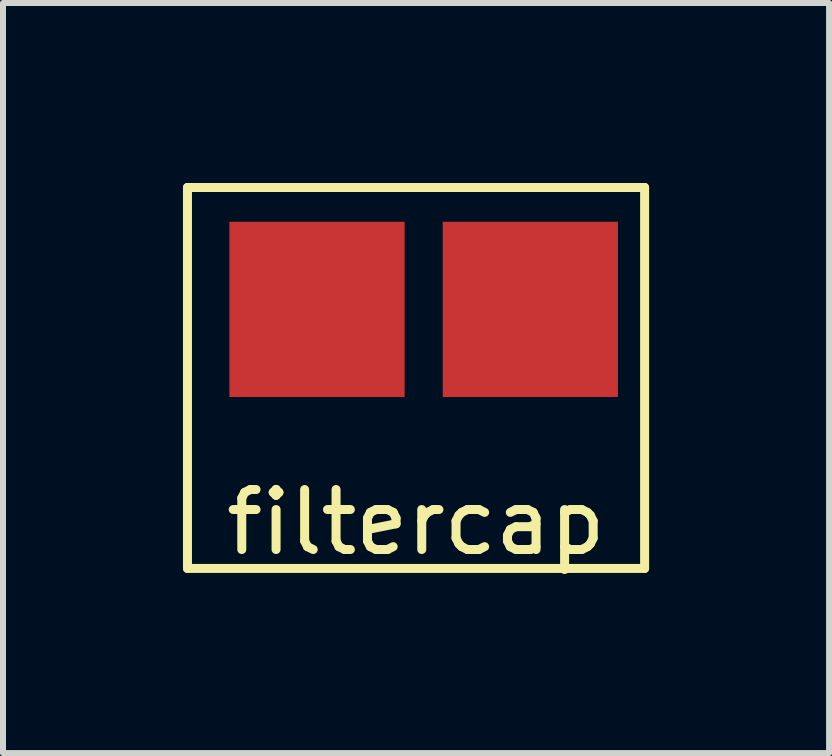
<source format=kicad_pcb>
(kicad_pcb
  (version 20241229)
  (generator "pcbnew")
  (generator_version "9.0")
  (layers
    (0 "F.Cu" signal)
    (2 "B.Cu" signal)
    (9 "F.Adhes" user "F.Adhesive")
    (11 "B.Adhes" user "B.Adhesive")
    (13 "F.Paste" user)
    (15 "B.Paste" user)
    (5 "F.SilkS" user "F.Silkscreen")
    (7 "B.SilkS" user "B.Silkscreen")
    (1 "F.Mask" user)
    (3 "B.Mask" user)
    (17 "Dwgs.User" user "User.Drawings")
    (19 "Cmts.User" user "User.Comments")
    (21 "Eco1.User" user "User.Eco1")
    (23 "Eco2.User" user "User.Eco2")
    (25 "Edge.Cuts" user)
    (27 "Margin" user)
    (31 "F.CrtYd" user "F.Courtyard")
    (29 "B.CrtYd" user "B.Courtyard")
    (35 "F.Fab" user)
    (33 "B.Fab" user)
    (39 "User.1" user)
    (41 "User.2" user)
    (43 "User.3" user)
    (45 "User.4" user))
  (footprint "filtercap"
    (layer "F.Cu")
    (at 3.885 5.155)
    (property "Reference" "filtercap" (at 0 0.5 0) (layer "F.SilkS") (effects (font (size 1 1) (thickness 0.15))))
    (attr through_hole)
    (fp_line (start -3.81 -5.08) (end -3.81 1.27) (stroke (width 0.15) (type solid)) (layer "F.SilkS"))
    (fp_line (start -3.81 1.27) (end 3.81 1.27) (stroke (width 0.15) (type solid)) (layer "F.SilkS"))
    (fp_line (start 3.81 -5.08) (end -3.81 -5.08) (stroke (width 0.15) (type solid)) (layer "F.SilkS"))
    (fp_line (start 3.81 1.27) (end 3.81 -5.08) (stroke (width 0.15) (type solid)) (layer "F.SilkS"))
    (pad "1" smd rect (at -1.651 -3.048) (size 2.921 2.921) (layers "F.Cu" "F.Mask" "F.Paste"))
    (pad "2" smd rect (at 1.905 -3.048) (size 2.921 2.921) (layers "F.Cu" "F.Mask" "F.Paste")))
  (gr_rect
    (start -3 -3)
    (end 10.77 9.503)
    (stroke (width 0.1) (type default))
    (fill no)
    (layer "Edge.Cuts")))
</source>
